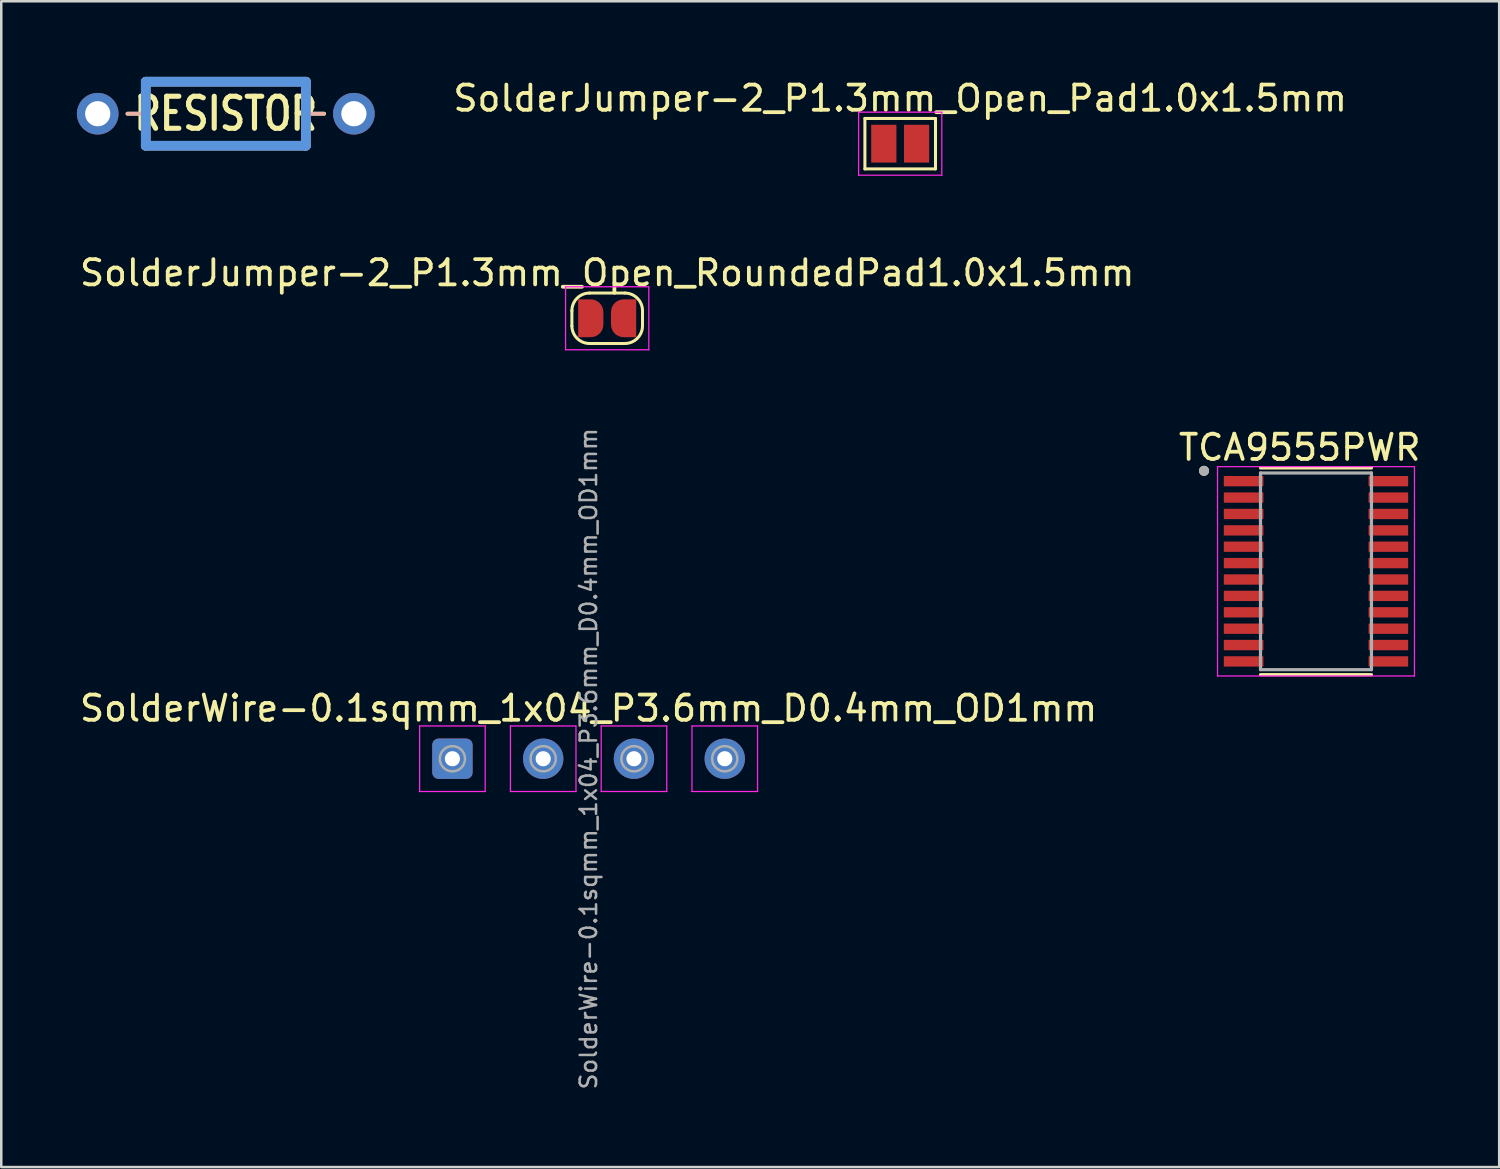
<source format=kicad_pcb>
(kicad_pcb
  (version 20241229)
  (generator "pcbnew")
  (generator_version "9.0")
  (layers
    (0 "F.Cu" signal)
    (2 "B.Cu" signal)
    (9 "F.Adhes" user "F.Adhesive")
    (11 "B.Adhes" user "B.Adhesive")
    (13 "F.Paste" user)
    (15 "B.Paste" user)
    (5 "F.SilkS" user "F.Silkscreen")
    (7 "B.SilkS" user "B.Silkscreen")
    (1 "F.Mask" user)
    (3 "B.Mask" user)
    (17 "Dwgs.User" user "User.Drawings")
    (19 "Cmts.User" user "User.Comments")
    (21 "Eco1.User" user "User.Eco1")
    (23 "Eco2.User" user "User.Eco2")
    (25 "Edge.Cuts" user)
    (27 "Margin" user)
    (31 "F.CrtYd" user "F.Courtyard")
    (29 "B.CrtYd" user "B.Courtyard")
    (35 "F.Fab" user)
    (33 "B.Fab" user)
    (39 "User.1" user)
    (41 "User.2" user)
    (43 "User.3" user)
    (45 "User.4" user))
  (footprint "SolderJumper-2_P1.3mm_Open_RoundedPad1.0x1.5mm"
    (layer "F.Cu")
    (at 21.03 9.572)
    (property "Reference" "SolderJumper-2_P1.3mm_Open_RoundedPad1.0x1.5mm" (at 0 -1.8 0) (layer "F.SilkS") (effects (font (size 1 1) (thickness 0.15))))
    (attr exclude_from_pos_files)
    (fp_line (start -1.4 0.3) (end -1.4 -0.3) (stroke (width 0.12) (type solid)) (layer "F.SilkS"))
    (fp_line (start -0.7 -1) (end 0.7 -1) (stroke (width 0.12) (type solid)) (layer "F.SilkS"))
    (fp_line (start 0.7 1) (end -0.7 1) (stroke (width 0.12) (type solid)) (layer "F.SilkS"))
    (fp_line (start 1.4 -0.3) (end 1.4 0.3) (stroke (width 0.12) (type solid)) (layer "F.SilkS"))
    (fp_arc (start -1.4 -0.3) (mid -1.194975 -0.794975) (end -0.7 -1) (stroke (width 0.12) (type solid)) (layer "F.SilkS"))
    (fp_arc (start -0.7 1) (mid -1.194975 0.794975) (end -1.4 0.3) (stroke (width 0.12) (type solid)) (layer "F.SilkS"))
    (fp_arc (start 0.7 -1) (mid 1.194975 -0.794975) (end 1.4 -0.3) (stroke (width 0.12) (type solid)) (layer "F.SilkS"))
    (fp_arc (start 1.4 0.3) (mid 1.194975 0.794975) (end 0.7 1) (stroke (width 0.12) (type solid)) (layer "F.SilkS"))
    (fp_line (start -1.65 -1.25) (end -1.65 1.25) (stroke (width 0.05) (type solid)) (layer "F.CrtYd"))
    (fp_line (start -1.65 -1.25) (end 1.65 -1.25) (stroke (width 0.05) (type solid)) (layer "F.CrtYd"))
    (fp_line (start 1.65 1.25) (end -1.65 1.25) (stroke (width 0.05) (type solid)) (layer "F.CrtYd"))
    (fp_line (start 1.65 1.25) (end 1.65 -1.25) (stroke (width 0.05) (type solid)) (layer "F.CrtYd"))
    (pad "1" smd custom (at -0.65 0 180) (size 1 0.5) (layers "F.Cu" "F.Mask") (options (anchor rect)) (primitives (gr_circle (center 0 0.25) (end 0.5 0.25) (width 0) (fill yes)) (gr_circle (center 0 -0.25) (end 0.5 -0.25) (width 0) (fill yes)) (gr_poly (pts (xy 0.5 0.75) (xy 0 0.75) (xy 0 -0.75) (xy 0.5 -0.75)) (width 0) (fill yes))))
    (pad "2" smd custom (at 0.65 0 180) (size 1 0.5) (layers "F.Cu" "F.Mask") (options (anchor rect)) (primitives (gr_circle (center 0 0.25) (end 0.5 0.25) (width 0) (fill yes)) (gr_circle (center 0 -0.25) (end 0.5 -0.25) (width 0) (fill yes)) (gr_poly (pts (xy 0 0.75) (xy -0.5 0.75) (xy -0.5 -0.75) (xy 0 -0.75)) (width 0) (fill yes)))))
  (footprint "TCA9555PWR"
    (layer "F.Cu")
    (at 49.139 19.607)
    (property "Reference" "TCA9555PWR" (at -0.645 -4.912 0) (layer "F.SilkS") (effects (font (size 1 1) (thickness 0.15))))
    (attr smd)
    (fp_line (start -2.2 -4.1) (end 2.2 -4.1) (stroke (width 0.127) (type solid)) (layer "F.SilkS"))
    (fp_line (start -2.2 4.1) (end 2.2 4.1) (stroke (width 0.127) (type solid)) (layer "F.SilkS"))
    (fp_circle (center -4.44 -3.985) (end -4.34 -3.985) (stroke (width 0.2) (type solid)) (fill no) (layer "F.SilkS"))
    (fp_line (start -3.905 -4.15) (end -3.905 4.15) (stroke (width 0.05) (type solid)) (layer "F.CrtYd"))
    (fp_line (start -3.905 -4.15) (end 3.905 -4.15) (stroke (width 0.05) (type solid)) (layer "F.CrtYd"))
    (fp_line (start -3.905 4.15) (end 3.905 4.15) (stroke (width 0.05) (type solid)) (layer "F.CrtYd"))
    (fp_line (start 3.905 -4.15) (end 3.905 4.15) (stroke (width 0.05) (type solid)) (layer "F.CrtYd"))
    (fp_line (start -2.2 -3.9) (end -2.2 3.9) (stroke (width 0.127) (type solid)) (layer "F.Fab"))
    (fp_line (start -2.2 -3.9) (end 2.2 -3.9) (stroke (width 0.127) (type solid)) (layer "F.Fab"))
    (fp_line (start -2.2 3.9) (end 2.2 3.9) (stroke (width 0.127) (type solid)) (layer "F.Fab"))
    (fp_line (start 2.2 -3.9) (end 2.2 3.9) (stroke (width 0.127) (type solid)) (layer "F.Fab"))
    (fp_circle (center -4.44 -3.985) (end -4.34 -3.985) (stroke (width 0.2) (type solid)) (fill no) (layer "F.Fab"))
    (pad "1" smd roundrect (at -2.87 -3.575) (size 1.57 0.41) (layers "F.Cu" "F.Mask" "F.Paste") (roundrect_rratio 0.05))
    (pad "2" smd roundrect (at -2.87 -2.925) (size 1.57 0.41) (layers "F.Cu" "F.Mask" "F.Paste") (roundrect_rratio 0.05))
    (pad "3" smd roundrect (at -2.87 -2.275) (size 1.57 0.41) (layers "F.Cu" "F.Mask" "F.Paste") (roundrect_rratio 0.05))
    (pad "4" smd roundrect (at -2.87 -1.625) (size 1.57 0.41) (layers "F.Cu" "F.Mask" "F.Paste") (roundrect_rratio 0.05))
    (pad "5" smd roundrect (at -2.87 -0.975) (size 1.57 0.41) (layers "F.Cu" "F.Mask" "F.Paste") (roundrect_rratio 0.05))
    (pad "6" smd roundrect (at -2.87 -0.325) (size 1.57 0.41) (layers "F.Cu" "F.Mask" "F.Paste") (roundrect_rratio 0.05))
    (pad "7" smd roundrect (at -2.87 0.325) (size 1.57 0.41) (layers "F.Cu" "F.Mask" "F.Paste") (roundrect_rratio 0.05))
    (pad "8" smd roundrect (at -2.87 0.975) (size 1.57 0.41) (layers "F.Cu" "F.Mask" "F.Paste") (roundrect_rratio 0.05))
    (pad "9" smd roundrect (at -2.87 1.625) (size 1.57 0.41) (layers "F.Cu" "F.Mask" "F.Paste") (roundrect_rratio 0.05))
    (pad "10" smd roundrect (at -2.87 2.275) (size 1.57 0.41) (layers "F.Cu" "F.Mask" "F.Paste") (roundrect_rratio 0.05))
    (pad "11" smd roundrect (at -2.87 2.925) (size 1.57 0.41) (layers "F.Cu" "F.Mask" "F.Paste") (roundrect_rratio 0.05))
    (pad "12" smd roundrect (at -2.87 3.575) (size 1.57 0.41) (layers "F.Cu" "F.Mask" "F.Paste") (roundrect_rratio 0.05))
    (pad "13" smd roundrect (at 2.87 3.575) (size 1.57 0.41) (layers "F.Cu" "F.Mask" "F.Paste") (roundrect_rratio 0.05))
    (pad "14" smd roundrect (at 2.87 2.925) (size 1.57 0.41) (layers "F.Cu" "F.Mask" "F.Paste") (roundrect_rratio 0.05))
    (pad "15" smd roundrect (at 2.87 2.275) (size 1.57 0.41) (layers "F.Cu" "F.Mask" "F.Paste") (roundrect_rratio 0.05))
    (pad "16" smd roundrect (at 2.87 1.625) (size 1.57 0.41) (layers "F.Cu" "F.Mask" "F.Paste") (roundrect_rratio 0.05))
    (pad "17" smd roundrect (at 2.87 0.975) (size 1.57 0.41) (layers "F.Cu" "F.Mask" "F.Paste") (roundrect_rratio 0.05))
    (pad "18" smd roundrect (at 2.87 0.325) (size 1.57 0.41) (layers "F.Cu" "F.Mask" "F.Paste") (roundrect_rratio 0.05))
    (pad "19" smd roundrect (at 2.87 -0.325) (size 1.57 0.41) (layers "F.Cu" "F.Mask" "F.Paste") (roundrect_rratio 0.05))
    (pad "20" smd roundrect (at 2.87 -0.975) (size 1.57 0.41) (layers "F.Cu" "F.Mask" "F.Paste") (roundrect_rratio 0.05))
    (pad "21" smd roundrect (at 2.87 -1.625) (size 1.57 0.41) (layers "F.Cu" "F.Mask" "F.Paste") (roundrect_rratio 0.05))
    (pad "22" smd roundrect (at 2.87 -2.275) (size 1.57 0.41) (layers "F.Cu" "F.Mask" "F.Paste") (roundrect_rratio 0.05))
    (pad "23" smd roundrect (at 2.87 -2.925) (size 1.57 0.41) (layers "F.Cu" "F.Mask" "F.Paste") (roundrect_rratio 0.05))
    (pad "24" smd roundrect (at 2.87 -3.575) (size 1.57 0.41) (layers "F.Cu" "F.Mask" "F.Paste") (roundrect_rratio 0.05)))
  (footprint "SolderJumper-2_P1.3mm_Open_Pad1.0x1.5mm"
    (layer "F.Cu")
    (at 32.65 2.648)
    (property "Reference" "SolderJumper-2_P1.3mm_Open_Pad1.0x1.5mm" (at 0 -1.8 0) (layer "F.SilkS") (effects (font (size 1 1) (thickness 0.15))))
    (attr exclude_from_pos_files)
    (fp_line (start -1.4 -1) (end 1.4 -1) (stroke (width 0.12) (type solid)) (layer "F.SilkS"))
    (fp_line (start -1.4 1) (end -1.4 -1) (stroke (width 0.12) (type solid)) (layer "F.SilkS"))
    (fp_line (start 1.4 -1) (end 1.4 1) (stroke (width 0.12) (type solid)) (layer "F.SilkS"))
    (fp_line (start 1.4 1) (end -1.4 1) (stroke (width 0.12) (type solid)) (layer "F.SilkS"))
    (fp_line (start -1.65 -1.25) (end -1.65 1.25) (stroke (width 0.05) (type solid)) (layer "F.CrtYd"))
    (fp_line (start -1.65 -1.25) (end 1.65 -1.25) (stroke (width 0.05) (type solid)) (layer "F.CrtYd"))
    (fp_line (start 1.65 1.25) (end -1.65 1.25) (stroke (width 0.05) (type solid)) (layer "F.CrtYd"))
    (fp_line (start 1.65 1.25) (end 1.65 -1.25) (stroke (width 0.05) (type solid)) (layer "F.CrtYd"))
    (pad "1" smd rect (at -0.65 0 180) (size 1 1.5) (layers "F.Cu" "F.Mask"))
    (pad "2" smd rect (at 0.65 0 180) (size 1 1.5) (layers "F.Cu" "F.Mask")))
  (footprint "RESISTOR"
    (layer "F.Cu")
    (at 5.905 1.46)
    (property "Reference" "RESISTOR" (at 0 0 0) (layer "F.SilkS") (effects (font (size 1.27 1.016) (thickness 0.203))))
    (attr through_hole)
    (fp_line (start -3.2 -1.3) (end 3.2 -1.3) (stroke (width 0.15) (type solid)) (layer "F.SilkS"))
    (fp_line (start -3.2 0) (end -3.9 0) (stroke (width 0.15) (type solid)) (layer "F.SilkS"))
    (fp_line (start -3.2 1.3) (end -3.2 -1.3) (stroke (width 0.15) (type solid)) (layer "F.SilkS"))
    (fp_line (start 3.2 -1.3) (end 3.2 1.3) (stroke (width 0.15) (type solid)) (layer "F.SilkS"))
    (fp_line (start 3.2 0) (end 3.9 0) (stroke (width 0.15) (type solid)) (layer "F.SilkS"))
    (fp_line (start 3.2 1.3) (end -3.2 1.3) (stroke (width 0.15) (type solid)) (layer "F.SilkS"))
    (fp_line (start -3.9 0) (end -3.2 0) (stroke (width 0.15) (type solid)) (layer "B.SilkS"))
    (fp_line (start -3.2 -1.3) (end 3.2 -1.3) (stroke (width 0.15) (type solid)) (layer "B.SilkS"))
    (fp_line (start -3.2 1.3) (end -3.2 -1.3) (stroke (width 0.15) (type solid)) (layer "B.SilkS"))
    (fp_line (start 3.2 -1.3) (end 3.2 1.3) (stroke (width 0.15) (type solid)) (layer "B.SilkS"))
    (fp_line (start 3.2 0) (end 3.9 0) (stroke (width 0.15) (type solid)) (layer "B.SilkS"))
    (fp_line (start 3.2 1.3) (end -3.2 1.3) (stroke (width 0.15) (type solid)) (layer "B.SilkS"))
    (fp_line (start -3.175 -1.27) (end 3.175 -1.27) (stroke (width 0.381) (type solid)) (layer "Dwgs.User"))
    (fp_line (start -3.175 1.27) (end -3.175 -1.27) (stroke (width 0.381) (type solid)) (layer "Dwgs.User"))
    (fp_line (start 0 0) (end 0 0) (stroke (width 0.025) (type solid)) (layer "Dwgs.User"))
    (fp_line (start 3.175 -1.27) (end 3.175 1.27) (stroke (width 0.381) (type solid)) (layer "Dwgs.User"))
    (fp_line (start 3.175 1.27) (end -3.175 1.27) (stroke (width 0.381) (type solid)) (layer "Dwgs.User"))
    (fp_line (start -3.175 -1.27) (end 3.175 -1.27) (stroke (width 0.381) (type solid)) (layer "Cmts.User"))
    (fp_line (start -3.175 1.27) (end -3.175 -1.27) (stroke (width 0.381) (type solid)) (layer "Cmts.User"))
    (fp_line (start 3.175 -1.27) (end 3.175 1.27) (stroke (width 0.381) (type solid)) (layer "Cmts.User"))
    (fp_line (start 3.175 1.27) (end -3.175 1.27) (stroke (width 0.381) (type solid)) (layer "Cmts.User"))
    (pad "1" thru_hole circle (at -5.08 0) (size 1.651 1.651) (drill 1) (layers "*.Cu" "*.Mask"))
    (pad "2" thru_hole circle (at 5.08 0) (size 1.651 1.651) (drill 1) (layers "*.Cu" "*.Mask")))
  (footprint "SolderWire-0.1sqmm_1x04_P3.6mm_D0.4mm_OD1mm"
    (layer "F.Cu")
    (at 14.892 27.04)
    (property "Reference" "SolderWire-0.1sqmm_1x04_P3.6mm_D0.4mm_OD1mm" (at 5.4 -2 0) (layer "F.SilkS") (effects (font (size 1 1) (thickness 0.15))))
    (attr exclude_from_pos_files)
    (fp_line (start -1.3 -1.3) (end -1.3 1.3) (stroke (width 0.05) (type solid)) (layer "F.CrtYd"))
    (fp_line (start -1.3 1.3) (end 1.3 1.3) (stroke (width 0.05) (type solid)) (layer "F.CrtYd"))
    (fp_line (start 1.3 -1.3) (end -1.3 -1.3) (stroke (width 0.05) (type solid)) (layer "F.CrtYd"))
    (fp_line (start 1.3 1.3) (end 1.3 -1.3) (stroke (width 0.05) (type solid)) (layer "F.CrtYd"))
    (fp_line (start 2.3 -1.3) (end 2.3 1.3) (stroke (width 0.05) (type solid)) (layer "F.CrtYd"))
    (fp_line (start 2.3 1.3) (end 4.9 1.3) (stroke (width 0.05) (type solid)) (layer "F.CrtYd"))
    (fp_line (start 4.9 -1.3) (end 2.3 -1.3) (stroke (width 0.05) (type solid)) (layer "F.CrtYd"))
    (fp_line (start 4.9 1.3) (end 4.9 -1.3) (stroke (width 0.05) (type solid)) (layer "F.CrtYd"))
    (fp_line (start 5.9 -1.3) (end 5.9 1.3) (stroke (width 0.05) (type solid)) (layer "F.CrtYd"))
    (fp_line (start 5.9 1.3) (end 8.5 1.3) (stroke (width 0.05) (type solid)) (layer "F.CrtYd"))
    (fp_line (start 8.5 -1.3) (end 5.9 -1.3) (stroke (width 0.05) (type solid)) (layer "F.CrtYd"))
    (fp_line (start 8.5 1.3) (end 8.5 -1.3) (stroke (width 0.05) (type solid)) (layer "F.CrtYd"))
    (fp_line (start 9.5 -1.3) (end 9.5 1.3) (stroke (width 0.05) (type solid)) (layer "F.CrtYd"))
    (fp_line (start 9.5 1.3) (end 12.1 1.3) (stroke (width 0.05) (type solid)) (layer "F.CrtYd"))
    (fp_line (start 12.1 -1.3) (end 9.5 -1.3) (stroke (width 0.05) (type solid)) (layer "F.CrtYd"))
    (fp_line (start 12.1 1.3) (end 12.1 -1.3) (stroke (width 0.05) (type solid)) (layer "F.CrtYd"))
    (fp_circle (center 0 0) (end 0.5 0) (stroke (width 0.1) (type solid)) (fill no) (layer "F.Fab"))
    (fp_circle (center 3.6 0) (end 4.1 0) (stroke (width 0.1) (type solid)) (fill no) (layer "F.Fab"))
    (fp_circle (center 7.2 0) (end 7.7 0) (stroke (width 0.1) (type solid)) (fill no) (layer "F.Fab"))
    (fp_circle (center 10.8 0) (end 11.3 0) (stroke (width 0.1) (type solid)) (fill no) (layer "F.Fab"))
    (fp_text user "${REFERENCE}" (at 5.4 0 90) (layer "F.Fab") (effects (font (size 0.65 0.65) (thickness 0.1))))
    (pad "1" thru_hole roundrect (at 0 0) (size 1.6 1.6) (drill 0.6) (layers "*.Cu" "*.Mask") (roundrect_rratio 0.156))
    (pad "2" thru_hole circle (at 3.6 0) (size 1.6 1.6) (drill 0.6) (layers "*.Cu" "*.Mask"))
    (pad "3" thru_hole circle (at 7.2 0) (size 1.6 1.6) (drill 0.6) (layers "*.Cu" "*.Mask"))
    (pad "4" thru_hole circle (at 10.8 0) (size 1.6 1.6) (drill 0.6) (layers "*.Cu" "*.Mask")))
  (gr_rect
    (start -3 -3)
    (end 56.405 43.233)
    (stroke (width 0.1) (type default))
    (fill no)
    (layer "Edge.Cuts")))
</source>
